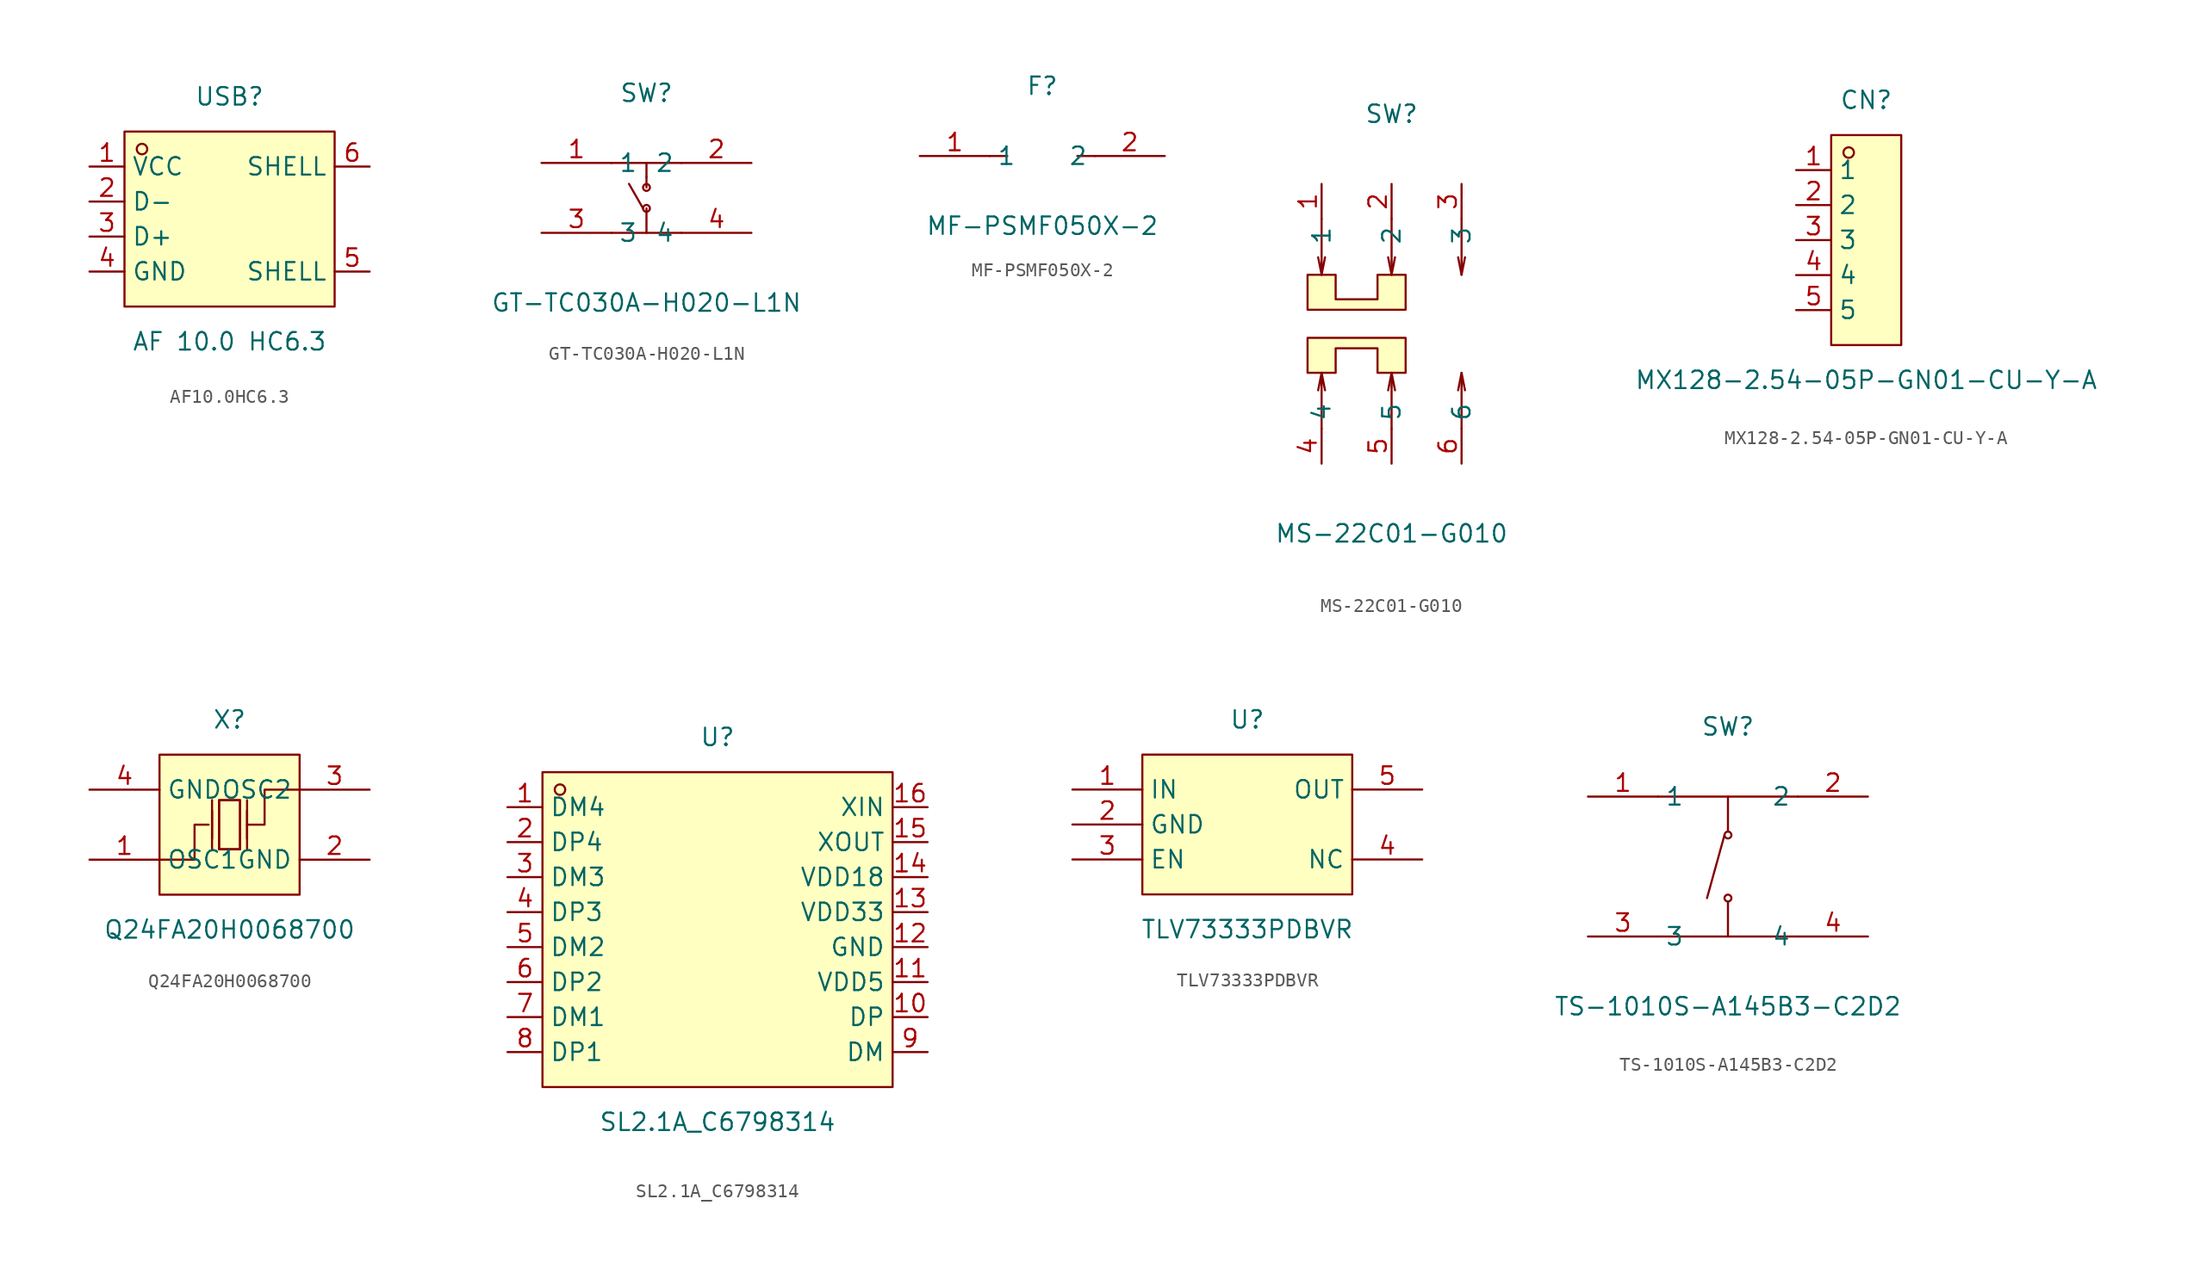
<source format=kicad_sym>
(kicad_symbol_lib
  (version 20231120)
  (generator "kicad_symbol_editor")
  (generator_version "8.0")
  (symbol "AF10.0HC6.3"
    (property "Reference" "USB"
      (at 0 10.16 0)
      (effects (font (size 1.27 1.27))))
    (property "Value" "AF 10.0 HC6.3"
      (at 0 -7.62 0)
      (effects (font (size 1.27 1.27))))
    (symbol "AF10.0HC6.3_0_1"
      (rectangle (start -7.62 7.62) (end 7.62 -5.08) (stroke (width 0) (type default)) (fill (type background)))
      (circle (center -6.35 6.35) (radius 0.38) (stroke (width 0) (type default)) (fill (type none)))
      (pin unspecified line (at -10.16 5.08 0) (length 2.54) (name "VCC" (effects (font (size 1.27 1.27)))) (number "1" (effects (font (size 1.27 1.27)))))
      (pin unspecified line (at -10.16 2.54 0) (length 2.54) (name "D-" (effects (font (size 1.27 1.27)))) (number "2" (effects (font (size 1.27 1.27)))))
      (pin unspecified line (at -10.16 0 0) (length 2.54) (name "D+" (effects (font (size 1.27 1.27)))) (number "3" (effects (font (size 1.27 1.27)))))
      (pin unspecified line (at -10.16 -2.54 0) (length 2.54) (name "GND" (effects (font (size 1.27 1.27)))) (number "4" (effects (font (size 1.27 1.27)))))
      (pin unspecified line (at 10.16 -2.54 180) (length 2.54) (name "SHELL" (effects (font (size 1.27 1.27)))) (number "5" (effects (font (size 1.27 1.27)))))
      (pin unspecified line (at 10.16 5.08 180) (length 2.54) (name "SHELL" (effects (font (size 1.27 1.27)))) (number "6" (effects (font (size 1.27 1.27)))))))
  (symbol "GT-TC030A-H020-L1N"
    (property "Reference" "SW"
      (at 0 7.62 0)
      (effects (font (size 1.27 1.27))))
    (property "Value" "GT-TC030A-H020-L1N"
      (at 0 -7.62 0)
      (effects (font (size 1.27 1.27))))
    (symbol "GT-TC030A-H020-L1N_0_1"
      (circle (center 0 -0.76) (radius 0.25) (stroke (width 0) (type default)) (fill (type none)))
      (polyline (pts (xy -2.54 -2.54) (xy 2.54 -2.54)) (stroke (width 0) (type default)) (fill (type none)))
      (polyline (pts (xy -2.54 2.54) (xy 2.54 2.54)) (stroke (width 0) (type default)) (fill (type none)))
      (polyline (pts (xy -1.27 1.02) (xy -0.25 -0.76)) (stroke (width 0) (type default)) (fill (type none)))
      (polyline (pts (xy 0 -2.54) (xy 0 -0.76)) (stroke (width 0) (type default)) (fill (type none)))
      (polyline (pts (xy 0 1.52) (xy 0 0.76)) (stroke (width 0) (type default)) (fill (type none)))
      (polyline (pts (xy 0 2.54) (xy 0 1.52)) (stroke (width 0) (type default)) (fill (type none)))
      (circle (center 0 0.76) (radius 0.25) (stroke (width 0) (type default)) (fill (type none)))
      (pin unspecified line (at -7.62 2.54 0) (length 5.08) (name "1" (effects (font (size 1.27 1.27)))) (number "1" (effects (font (size 1.27 1.27)))))
      (pin unspecified line (at 7.62 2.54 180) (length 5.08) (name "2" (effects (font (size 1.27 1.27)))) (number "2" (effects (font (size 1.27 1.27)))))
      (pin unspecified line (at -7.62 -2.54 0) (length 5.08) (name "3" (effects (font (size 1.27 1.27)))) (number "3" (effects (font (size 1.27 1.27)))))
      (pin unspecified line (at 7.62 -2.54 180) (length 5.08) (name "4" (effects (font (size 1.27 1.27)))) (number "4" (effects (font (size 1.27 1.27)))))))
  (symbol "MF-PSMF050X-2"
    (property "Reference" "F"
      (at 0 3.81 0)
      (effects (font (size 1.27 1.27))))
    (property "Value" "MF-PSMF050X-2"
      (at 0 -6.35 0)
      (effects (font (size 1.27 1.27))))
    (symbol "MF-PSMF050X-2_0_1"
      (polyline (pts (xy -2.54 -1.27)) (stroke (width 0) (type default)) (fill (type background)))
      (polyline (pts (xy -3.81 -1.27) (xy -2.54 -1.27)) (stroke (width 0) (type default)) (fill (type none)))
      (polyline (pts (xy 2.54 -1.27) (xy 3.81 -1.27)) (stroke (width 0) (type default)) (fill (type none)))
      (pin unspecified line (at -8.89 -1.27 0) (length 5.08) (name "1" (effects (font (size 1.27 1.27)))) (number "1" (effects (font (size 1.27 1.27)))))
      (pin unspecified line (at 8.89 -1.27 180) (length 5.08) (name "2" (effects (font (size 1.27 1.27)))) (number "2" (effects (font (size 1.27 1.27)))))))
  (symbol "MS-22C01-G010"
    (property "Reference" "SW"
      (at 0 15.24 0)
      (effects (font (size 1.27 1.27))))
    (property "Value" "MS-22C01-G010"
      (at 0 -15.24 0)
      (effects (font (size 1.27 1.27))))
    (symbol "MS-22C01-G010_0_1"
      (polyline (pts (xy -5.08 -3.56) (xy -5.33 -4.83)) (stroke (width 0) (type default)) (fill (type none)))
      (polyline (pts (xy -5.08 3.56) (xy -5.33 4.83)) (stroke (width 0) (type default)) (fill (type none)))
      (polyline (pts (xy 0 -3.56) (xy -0.25 -4.83)) (stroke (width 0) (type default)) (fill (type none)))
      (polyline (pts (xy 0 3.56) (xy -0.25 4.83)) (stroke (width 0) (type default)) (fill (type none)))
      (polyline (pts (xy 5.08 -3.56) (xy 4.83 -4.83)) (stroke (width 0) (type default)) (fill (type none)))
      (polyline (pts (xy 5.08 3.56) (xy 4.83 4.83)) (stroke (width 0) (type default)) (fill (type none)))
      (polyline (pts (xy -5.08 -7.62) (xy -5.08 -3.56) (xy -4.83 -4.83)) (stroke (width 0) (type default)) (fill (type none)))
      (polyline (pts (xy -5.08 7.62) (xy -5.08 3.56) (xy -4.83 4.83)) (stroke (width 0) (type default)) (fill (type none)))
      (polyline (pts (xy 0 -7.62) (xy 0 -3.56) (xy 0.25 -4.83)) (stroke (width 0) (type default)) (fill (type none)))
      (polyline (pts (xy 0 7.62) (xy 0 3.56) (xy 0.25 4.83)) (stroke (width 0) (type default)) (fill (type none)))
      (polyline (pts (xy 5.08 -7.62) (xy 5.08 -3.56) (xy 5.33 -4.83)) (stroke (width 0) (type default)) (fill (type none)))
      (polyline (pts (xy 5.08 7.62) (xy 5.08 3.56) (xy 5.33 4.83)) (stroke (width 0) (type default)) (fill (type none)))
      (polyline (pts (xy -6.1 -1.02) (xy -6.1 -3.56) (xy -4.06 -3.56) (xy -4.06 -1.78) (xy -1.02 -1.78) (xy -1.02 -3.56) (xy 1.02 -3.56) (xy 1.02 -1.02) (xy -6.1 -1.02)) (stroke (width 0) (type default)) (fill (type background)))
      (polyline (pts (xy -6.1 1.02) (xy -6.1 3.56) (xy -4.06 3.56) (xy -4.06 1.78) (xy -1.02 1.78) (xy -1.02 3.56) (xy 1.02 3.56) (xy 1.02 1.02) (xy -6.1 1.02)) (stroke (width 0) (type default)) (fill (type background)))
      (pin unspecified line (at -5.08 10.16 270) (length 2.54) (name "1" (effects (font (size 1.27 1.27)))) (number "1" (effects (font (size 1.27 1.27)))))
      (pin unspecified line (at 0 10.16 270) (length 2.54) (name "2" (effects (font (size 1.27 1.27)))) (number "2" (effects (font (size 1.27 1.27)))))
      (pin unspecified line (at 5.08 10.16 270) (length 2.54) (name "3" (effects (font (size 1.27 1.27)))) (number "3" (effects (font (size 1.27 1.27)))))
      (pin unspecified line (at -5.08 -10.16 90) (length 2.54) (name "4" (effects (font (size 1.27 1.27)))) (number "4" (effects (font (size 1.27 1.27)))))
      (pin unspecified line (at 0 -10.16 90) (length 2.54) (name "5" (effects (font (size 1.27 1.27)))) (number "5" (effects (font (size 1.27 1.27)))))
      (pin unspecified line (at 5.08 -10.16 90) (length 2.54) (name "6" (effects (font (size 1.27 1.27)))) (number "6" (effects (font (size 1.27 1.27)))))))
  (symbol "MX128-2.54-05P-GN01-CU-Y-A"
    (property "Reference" "CN"
      (at 0 10.16 0)
      (effects (font (size 1.27 1.27))))
    (property "Value" "MX128-2.54-05P-GN01-CU-Y-A"
      (at 0 -10.16 0)
      (effects (font (size 1.27 1.27))))
    (symbol "MX128-2.54-05P-GN01-CU-Y-A_0_1"
      (rectangle (start -2.54 7.62) (end 2.54 -7.62) (stroke (width 0) (type default)) (fill (type background)))
      (circle (center -1.27 6.35) (radius 0.38) (stroke (width 0) (type default)) (fill (type none)))
      (pin unspecified line (at -5.08 5.08 0) (length 2.54) (name "1" (effects (font (size 1.27 1.27)))) (number "1" (effects (font (size 1.27 1.27)))))
      (pin unspecified line (at -5.08 2.54 0) (length 2.54) (name "2" (effects (font (size 1.27 1.27)))) (number "2" (effects (font (size 1.27 1.27)))))
      (pin unspecified line (at -5.08 0 0) (length 2.54) (name "3" (effects (font (size 1.27 1.27)))) (number "3" (effects (font (size 1.27 1.27)))))
      (pin unspecified line (at -5.08 -2.54 0) (length 2.54) (name "4" (effects (font (size 1.27 1.27)))) (number "4" (effects (font (size 1.27 1.27)))))
      (pin unspecified line (at -5.08 -5.08 0) (length 2.54) (name "5" (effects (font (size 1.27 1.27)))) (number "5" (effects (font (size 1.27 1.27)))))))
  (symbol "Q24FA20H0068700"
    (property "Reference" "X"
      (at 0 7.62 0)
      (effects (font (size 1.27 1.27))))
    (property "Value" "Q24FA20H0068700"
      (at 0 -7.62 0)
      (effects (font (size 1.27 1.27))))
    (symbol "Q24FA20H0068700_0_1"
      (rectangle (start -5.08 5.08) (end 5.08 -5.08) (stroke (width 0) (type default)) (fill (type background)))
      (polyline (pts (xy -1.27 -1.78) (xy -1.27 1.78)) (stroke (width 0) (type default)) (fill (type none)))
      (polyline (pts (xy -1.27 -1.02) (xy -1.27 1.02)) (stroke (width 0) (type default)) (fill (type none)))
      (polyline (pts (xy 0.76 -1.78) (xy -0.76 -1.78)) (stroke (width 0) (type default)) (fill (type none)))
      (polyline (pts (xy 1.27 -1.78) (xy 1.27 1.78)) (stroke (width 0) (type default)) (fill (type none)))
      (polyline (pts (xy 1.27 -1.02) (xy 1.27 1.02)) (stroke (width 0) (type default)) (fill (type none)))
      (polyline (pts (xy -5.08 -2.54) (xy -2.54 -2.54) (xy -2.54 0) (xy -1.52 0)) (stroke (width 0) (type default)) (fill (type none)))
      (polyline (pts (xy -0.76 -1.78) (xy -0.76 1.78) (xy 0.76 1.78) (xy 0.76 -1.78)) (stroke (width 0) (type default)) (fill (type none)))
      (polyline (pts (xy 5.08 2.54) (xy 2.54 2.54) (xy 2.54 0) (xy 1.27 0)) (stroke (width 0) (type default)) (fill (type none)))
      (polyline (pts (xy 0.76 1.78) (xy 0.76 -1.78) (xy -0.76 -1.78) (xy -0.76 1.78) (xy 0.76 1.78)) (stroke (width 0) (type default)) (fill (type background)))
      (pin input line (at -10.16 -2.54 0) (length 5.08) (name "OSC1" (effects (font (size 1.27 1.27)))) (number "1" (effects (font (size 1.27 1.27)))))
      (pin input line (at 10.16 -2.54 180) (length 5.08) (name "GND" (effects (font (size 1.27 1.27)))) (number "2" (effects (font (size 1.27 1.27)))))
      (pin input line (at 10.16 2.54 180) (length 5.08) (name "OSC2" (effects (font (size 1.27 1.27)))) (number "3" (effects (font (size 1.27 1.27)))))
      (pin input line (at -10.16 2.54 0) (length 5.08) (name "GND" (effects (font (size 1.27 1.27)))) (number "4" (effects (font (size 1.27 1.27)))))))
  (symbol "SL2.1A_C6798314"
    (property "Reference" "U"
      (at 0 15.24 0)
      (effects (font (size 1.27 1.27))))
    (property "Value" "SL2.1A_C6798314"
      (at 0 -12.7 0)
      (effects (font (size 1.27 1.27))))
    (symbol "SL2.1A_C6798314_0_1"
      (rectangle (start -12.7 12.7) (end 12.7 -10.16) (stroke (width 0) (type default)) (fill (type background)))
      (circle (center -11.43 11.43) (radius 0.38) (stroke (width 0) (type default)) (fill (type none)))
      (pin unspecified line (at -15.24 10.16 0) (length 2.54) (name "DM4" (effects (font (size 1.27 1.27)))) (number "1" (effects (font (size 1.27 1.27)))))
      (pin unspecified line (at 15.24 -5.08 180) (length 2.54) (name "DP" (effects (font (size 1.27 1.27)))) (number "10" (effects (font (size 1.27 1.27)))))
      (pin unspecified line (at 15.24 -2.54 180) (length 2.54) (name "VDD5" (effects (font (size 1.27 1.27)))) (number "11" (effects (font (size 1.27 1.27)))))
      (pin unspecified line (at 15.24 0 180) (length 2.54) (name "GND" (effects (font (size 1.27 1.27)))) (number "12" (effects (font (size 1.27 1.27)))))
      (pin unspecified line (at 15.24 2.54 180) (length 2.54) (name "VDD33" (effects (font (size 1.27 1.27)))) (number "13" (effects (font (size 1.27 1.27)))))
      (pin unspecified line (at 15.24 5.08 180) (length 2.54) (name "VDD18" (effects (font (size 1.27 1.27)))) (number "14" (effects (font (size 1.27 1.27)))))
      (pin unspecified line (at 15.24 7.62 180) (length 2.54) (name "XOUT" (effects (font (size 1.27 1.27)))) (number "15" (effects (font (size 1.27 1.27)))))
      (pin unspecified line (at 15.24 10.16 180) (length 2.54) (name "XIN" (effects (font (size 1.27 1.27)))) (number "16" (effects (font (size 1.27 1.27)))))
      (pin unspecified line (at -15.24 7.62 0) (length 2.54) (name "DP4" (effects (font (size 1.27 1.27)))) (number "2" (effects (font (size 1.27 1.27)))))
      (pin unspecified line (at -15.24 5.08 0) (length 2.54) (name "DM3" (effects (font (size 1.27 1.27)))) (number "3" (effects (font (size 1.27 1.27)))))
      (pin unspecified line (at -15.24 2.54 0) (length 2.54) (name "DP3" (effects (font (size 1.27 1.27)))) (number "4" (effects (font (size 1.27 1.27)))))
      (pin unspecified line (at -15.24 0 0) (length 2.54) (name "DM2" (effects (font (size 1.27 1.27)))) (number "5" (effects (font (size 1.27 1.27)))))
      (pin unspecified line (at -15.24 -2.54 0) (length 2.54) (name "DP2" (effects (font (size 1.27 1.27)))) (number "6" (effects (font (size 1.27 1.27)))))
      (pin unspecified line (at -15.24 -5.08 0) (length 2.54) (name "DM1" (effects (font (size 1.27 1.27)))) (number "7" (effects (font (size 1.27 1.27)))))
      (pin unspecified line (at -15.24 -7.62 0) (length 2.54) (name "DP1" (effects (font (size 1.27 1.27)))) (number "8" (effects (font (size 1.27 1.27)))))
      (pin unspecified line (at 15.24 -7.62 180) (length 2.54) (name "DM" (effects (font (size 1.27 1.27)))) (number "9" (effects (font (size 1.27 1.27)))))))
  (symbol "TLV73333PDBVR"
    (property "Reference" "U"
      (at 0 7.62 0)
      (effects (font (size 1.27 1.27))))
    (property "Value" "TLV73333PDBVR"
      (at 0 -7.62 0)
      (effects (font (size 1.27 1.27))))
    (symbol "TLV73333PDBVR_0_1"
      (rectangle (start -7.62 5.08) (end 7.62 -5.08) (stroke (width 0) (type default)) (fill (type background)))
      (pin unspecified line (at -12.7 2.54 0) (length 5.08) (name "IN" (effects (font (size 1.27 1.27)))) (number "1" (effects (font (size 1.27 1.27)))))
      (pin unspecified line (at -12.7 0 0) (length 5.08) (name "GND" (effects (font (size 1.27 1.27)))) (number "2" (effects (font (size 1.27 1.27)))))
      (pin unspecified line (at -12.7 -2.54 0) (length 5.08) (name "EN" (effects (font (size 1.27 1.27)))) (number "3" (effects (font (size 1.27 1.27)))))
      (pin unspecified line (at 12.7 -2.54 180) (length 5.08) (name "NC" (effects (font (size 1.27 1.27)))) (number "4" (effects (font (size 1.27 1.27)))))
      (pin unspecified line (at 12.7 2.54 180) (length 5.08) (name "OUT" (effects (font (size 1.27 1.27)))) (number "5" (effects (font (size 1.27 1.27)))))))
  (symbol "TS-1010S-A145B3-C2D2"
    (property "Reference" "SW"
      (at 0 10.16 0)
      (effects (font (size 1.27 1.27))))
    (property "Value" "TS-1010S-A145B3-C2D2"
      (at 0 -10.16 0)
      (effects (font (size 1.27 1.27))))
    (symbol "TS-1010S-A145B3-C2D2_0_1"
      (circle (center 0 -2.29) (radius 0.25) (stroke (width 0) (type default)) (fill (type none)))
      (polyline (pts (xy -5.08 -5.08) (xy 5.08 -5.08)) (stroke (width 0) (type default)) (fill (type none)))
      (polyline (pts (xy -5.08 5.08) (xy 5.08 5.08)) (stroke (width 0) (type default)) (fill (type none)))
      (polyline (pts (xy -0.25 2.29) (xy -1.52 -2.29)) (stroke (width 0) (type default)) (fill (type none)))
      (polyline (pts (xy 0 -5.08) (xy 0 -2.54)) (stroke (width 0) (type default)) (fill (type none)))
      (polyline (pts (xy 0 5.08) (xy 0 2.54)) (stroke (width 0) (type default)) (fill (type none)))
      (circle (center 0 2.29) (radius 0.25) (stroke (width 0) (type default)) (fill (type none)))
      (pin unspecified line (at -10.16 5.08 0) (length 5.08) (name "1" (effects (font (size 1.27 1.27)))) (number "1" (effects (font (size 1.27 1.27)))))
      (pin unspecified line (at 10.16 5.08 180) (length 5.08) (name "2" (effects (font (size 1.27 1.27)))) (number "2" (effects (font (size 1.27 1.27)))))
      (pin unspecified line (at -10.16 -5.08 0) (length 5.08) (name "3" (effects (font (size 1.27 1.27)))) (number "3" (effects (font (size 1.27 1.27)))))
      (pin unspecified line (at 10.16 -5.08 180) (length 5.08) (name "4" (effects (font (size 1.27 1.27)))) (number "4" (effects (font (size 1.27 1.27))))))))
</source>
